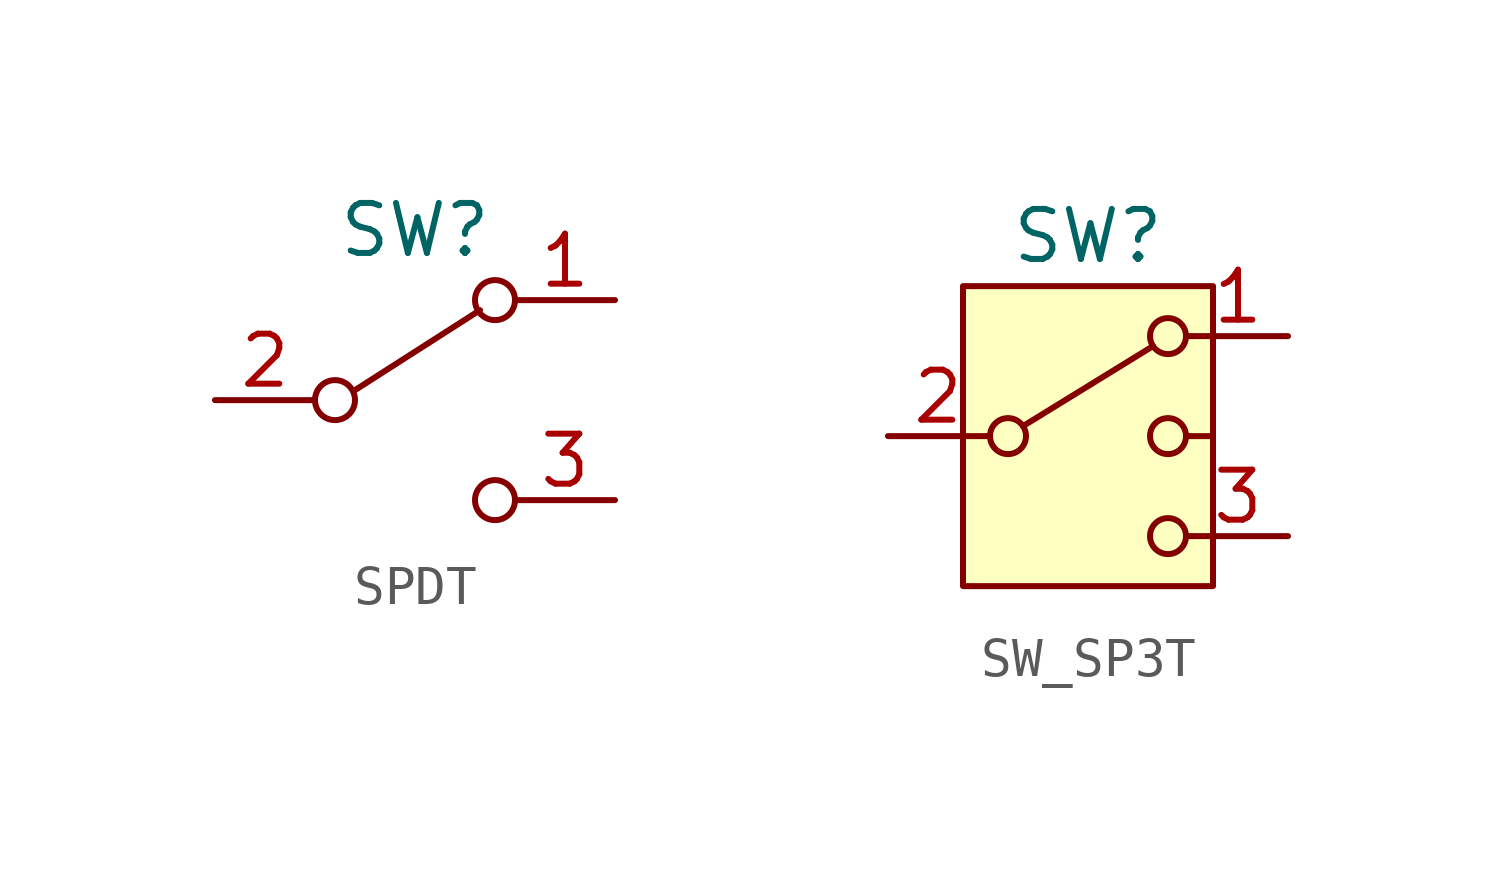
<source format=kicad_sym>
(kicad_symbol_lib
  (version 20231120)
  (generator "kicad_symbol_editor")
  (generator_version "8.0")
  (symbol "SPDT"
    (pin_names
      (offset 0) hide)
    (property "Reference" "SW"
      (at 0 4.318 0)
      (effects (font (size 1.27 1.27))))
    (symbol "SPDT_0_0"
      (circle (center -2.032 0) (radius 0.508) (stroke (width 0) (type default)) (fill (type none)))
      (circle (center 2.032 -2.54) (radius 0.508) (stroke (width 0) (type default)) (fill (type none))))
    (symbol "SPDT_0_1"
      (polyline (pts (xy -1.524 0.254) (xy 1.651 2.286)) (stroke (width 0) (type default)) (fill (type none)))
      (circle (center 2.032 2.54) (radius 0.508) (stroke (width 0) (type default)) (fill (type none))))
    (symbol "SPDT_1_1"
      (pin passive line (at 5.08 2.54 180) (length 2.54) (name "A" (effects (font (size 1.27 1.27)))) (number "1" (effects (font (size 1.27 1.27)))))
      (pin passive line (at -5.08 0 0) (length 2.54) (name "B" (effects (font (size 1.27 1.27)))) (number "2" (effects (font (size 1.27 1.27)))))
      (pin passive line (at 5.08 -2.54 180) (length 2.54) (name "C" (effects (font (size 1.27 1.27)))) (number "3" (effects (font (size 1.27 1.27)))))))
  (symbol "SW_SP3T"
    (pin_names
      (offset 0) hide)
    (property "Reference" "SW"
      (at 0 5.08 0)
      (effects (font (size 1.27 1.27))))
    (symbol "SW_SP3T_0_1"
      (circle (center -2.032 0) (radius 0.457) (stroke (width 0) (type default)) (fill (type none)))
      (polyline (pts (xy -1.651 0.254) (xy 1.651 2.286)) (stroke (width 0) (type default)) (fill (type none)))
      (polyline (pts (xy 3.175 0) (xy 2.54 0)) (stroke (width 0) (type default)) (fill (type none)))
      (circle (center 2.032 -2.54) (radius 0.457) (stroke (width 0) (type default)) (fill (type none)))
      (circle (center 2.032 0) (radius 0.457) (stroke (width 0) (type default)) (fill (type none)))
      (circle (center 2.032 2.54) (radius 0.457) (stroke (width 0) (type default)) (fill (type none))))
    (symbol "SW_SP3T_1_1"
      (rectangle (start -3.175 3.81) (end 3.175 -3.81) (stroke (width 0) (type default)) (fill (type background)))
      (pin passive line (at 5.08 2.54 180) (length 2.54) (name "1" (effects (font (size 1.27 1.27)))) (number "1" (effects (font (size 1.27 1.27)))))
      (pin passive line (at -5.08 0 0) (length 2.54) (name "2" (effects (font (size 1.27 1.27)))) (number "2" (effects (font (size 1.27 1.27)))))
      (pin passive line (at 5.08 -2.54 180) (length 2.54) (name "3" (effects (font (size 1.27 1.27)))) (number "3" (effects (font (size 1.27 1.27))))))))
</source>
